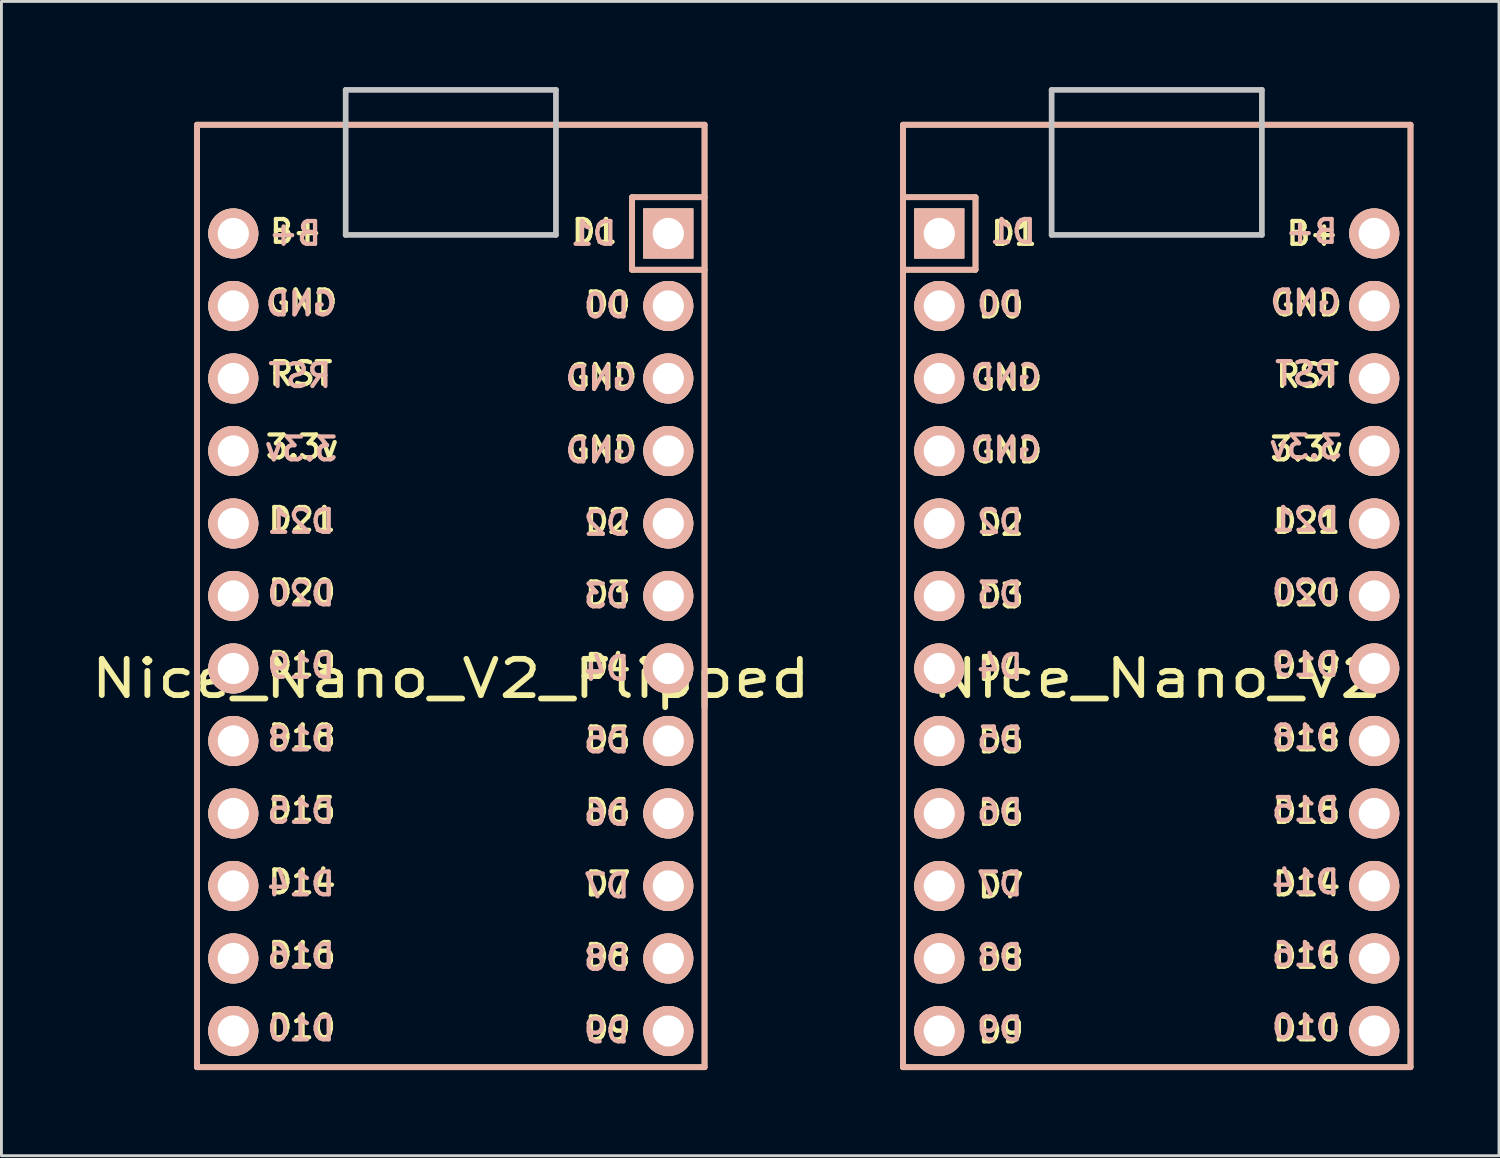
<source format=kicad_pcb>
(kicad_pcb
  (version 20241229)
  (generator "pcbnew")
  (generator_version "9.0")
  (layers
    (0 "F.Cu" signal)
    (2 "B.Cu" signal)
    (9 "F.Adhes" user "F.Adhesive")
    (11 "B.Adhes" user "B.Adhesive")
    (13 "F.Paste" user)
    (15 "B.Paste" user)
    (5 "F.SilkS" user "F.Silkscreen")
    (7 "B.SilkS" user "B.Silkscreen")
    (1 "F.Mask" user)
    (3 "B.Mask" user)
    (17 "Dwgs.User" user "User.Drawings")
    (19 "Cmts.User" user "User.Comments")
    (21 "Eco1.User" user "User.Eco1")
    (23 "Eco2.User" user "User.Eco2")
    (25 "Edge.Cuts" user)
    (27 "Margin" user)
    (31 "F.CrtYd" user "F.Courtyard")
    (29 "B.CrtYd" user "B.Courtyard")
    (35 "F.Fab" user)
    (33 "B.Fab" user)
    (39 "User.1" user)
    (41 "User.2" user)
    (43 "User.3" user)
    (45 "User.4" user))
  (footprint "Nice_Nano_V2_Flipped"
    (layer "F.Cu")
    (at 12.744 19.1)
    (property "Reference" "Nice_Nano_V2_Flipped" (at 0 1.625 0) (layer "F.SilkS") (effects (font (size 1.27 1.524) (thickness 0.203))))
    (attr through_hole)
    (fp_line (start -8.89 -17.78) (end 8.89 -17.78) (stroke (width 0.2) (type solid)) (layer "F.SilkS"))
    (fp_line (start -8.89 15.24) (end -8.89 -17.78) (stroke (width 0.2) (type solid)) (layer "F.SilkS"))
    (fp_line (start 6.35 -15.24) (end 6.35 -12.7) (stroke (width 0.2) (type solid)) (layer "F.SilkS"))
    (fp_line (start 6.35 -15.24) (end 8.89 -15.24) (stroke (width 0.2) (type solid)) (layer "F.SilkS"))
    (fp_line (start 6.35 -12.7) (end 8.89 -12.7) (stroke (width 0.2) (type solid)) (layer "F.SilkS"))
    (fp_line (start 8.89 -17.78) (end 8.89 15.24) (stroke (width 0.2) (type solid)) (layer "F.SilkS"))
    (fp_line (start 8.89 15.24) (end -8.89 15.24) (stroke (width 0.2) (type solid)) (layer "F.SilkS"))
    (fp_line (start -8.89 -17.78) (end 8.89 -17.78) (stroke (width 0.2) (type solid)) (layer "B.SilkS"))
    (fp_line (start -8.89 15.24) (end -8.89 -17.78) (stroke (width 0.2) (type solid)) (layer "B.SilkS"))
    (fp_line (start 6.35 -15.24) (end 6.35 -12.7) (stroke (width 0.2) (type solid)) (layer "B.SilkS"))
    (fp_line (start 6.35 -15.24) (end 8.89 -15.24) (stroke (width 0.2) (type solid)) (layer "B.SilkS"))
    (fp_line (start 6.35 -12.7) (end 8.89 -12.7) (stroke (width 0.2) (type solid)) (layer "B.SilkS"))
    (fp_line (start 8.89 -17.78) (end 8.89 15.24) (stroke (width 0.2) (type solid)) (layer "B.SilkS"))
    (fp_line (start 8.89 15.24) (end -8.89 15.24) (stroke (width 0.2) (type solid)) (layer "B.SilkS"))
    (fp_line (start -3.683 -19) (end 3.683 -19) (stroke (width 0.2) (type solid)) (layer "Dwgs.User"))
    (fp_line (start -3.683 -13.92) (end -3.683 -19) (stroke (width 0.2) (type solid)) (layer "Dwgs.User"))
    (fp_line (start 3.683 -19) (end 3.683 -13.92) (stroke (width 0.2) (type solid)) (layer "Dwgs.User"))
    (fp_line (start 3.683 -13.92) (end -3.683 -13.92) (stroke (width 0.2) (type solid)) (layer "Dwgs.User"))
    (fp_text user "D16" (at -5.211 11.29 0) (layer "F.SilkS") (effects (font (size 0.8 0.8) (thickness 0.15))))
    (fp_text user "D2" (at 5.5 -3.88 0) (layer "F.SilkS") (effects (font (size 0.8 0.8) (thickness 0.15))))
    (fp_text user "D18" (at -5.211 3.67 0) (layer "F.SilkS") (effects (font (size 0.8 0.8) (thickness 0.15))))
    (fp_text user "GND" (at 5.289 -6.42 0) (layer "F.SilkS") (effects (font (size 0.8 0.8) (thickness 0.15))))
    (fp_text user "B+" (at -5.422 -14.04 0) (layer "F.SilkS") (effects (font (size 0.8 0.8) (thickness 0.15))))
    (fp_text user "D21" (at -5.211 -3.95 0) (layer "F.SilkS") (effects (font (size 0.8 0.8) (thickness 0.15))))
    (fp_text user "D9" (at 5.5 13.9 0) (layer "F.SilkS") (effects (font (size 0.8 0.8) (thickness 0.15))))
    (fp_text user "D4" (at 5.5 1.2 0) (layer "F.SilkS") (effects (font (size 0.8 0.8) (thickness 0.15))))
    (fp_text user "D15" (at -5.211 6.21 0) (layer "F.SilkS") (effects (font (size 0.8 0.8) (thickness 0.15))))
    (fp_text user "D10" (at -5.211 13.83 0) (layer "F.SilkS") (effects (font (size 0.8 0.8) (thickness 0.15))))
    (fp_text user "D14" (at -5.211 8.75 0) (layer "F.SilkS") (effects (font (size 0.8 0.8) (thickness 0.15))))
    (fp_text user "D8" (at 5.5 11.36 0) (layer "F.SilkS") (effects (font (size 0.8 0.8) (thickness 0.15))))
    (fp_text user "D20" (at -5.211 -1.41 0) (layer "F.SilkS") (effects (font (size 0.8 0.8) (thickness 0.15))))
    (fp_text user "RST" (at -5.25 -9.06 0) (layer "F.SilkS") (effects (font (size 0.8 0.8) (thickness 0.15))))
    (fp_text user "D19" (at -5.211 1.13 0) (layer "F.SilkS") (effects (font (size 0.8 0.8) (thickness 0.15))))
    (fp_text user "D5" (at 5.5 3.74 0) (layer "F.SilkS") (effects (font (size 0.8 0.8) (thickness 0.15))))
    (fp_text user "D7" (at 5.5 8.82 0) (layer "F.SilkS") (effects (font (size 0.8 0.8) (thickness 0.15))))
    (fp_text user "3.3v" (at -5.211 -6.49 0) (layer "F.SilkS") (effects (font (size 0.8 0.8) (thickness 0.15))))
    (fp_text user "D1" (at 5.039 -14.04 0) (layer "F.SilkS") (effects (font (size 0.8 0.8) (thickness 0.15))))
    (fp_text user "D3" (at 5.5 -1.34 0) (layer "F.SilkS") (effects (font (size 0.8 0.8) (thickness 0.15))))
    (fp_text user "D0" (at 5.5 -11.5 0) (layer "F.SilkS") (effects (font (size 0.8 0.8) (thickness 0.15))))
    (fp_text user "GND" (at 5.289 -8.96 0) (layer "F.SilkS") (effects (font (size 0.8 0.8) (thickness 0.15))))
    (fp_text user "GND" (at -5.211 -11.57 0) (layer "F.SilkS") (effects (font (size 0.8 0.8) (thickness 0.15))))
    (fp_text user "D6" (at 5.5 6.28 0) (layer "F.SilkS") (effects (font (size 0.8 0.8) (thickness 0.15))))
    (fp_text user "RST" (at -5.289 -8.99 0) (layer "B.SilkS") (effects (font (size 0.8 0.8) (thickness 0.15)) (justify mirror)))
    (fp_text user "D9" (at 5.461 13.97 0) (layer "B.SilkS") (effects (font (size 0.8 0.8) (thickness 0.15)) (justify mirror)))
    (fp_text user "D7" (at 5.461 8.89 0) (layer "B.SilkS") (effects (font (size 0.8 0.8) (thickness 0.15)) (justify mirror)))
    (fp_text user "D5" (at 5.461 3.81 0) (layer "B.SilkS") (effects (font (size 0.8 0.8) (thickness 0.15)) (justify mirror)))
    (fp_text user "D14" (at -5.25 8.82 0) (layer "B.SilkS") (effects (font (size 0.8 0.8) (thickness 0.15)) (justify mirror)))
    (fp_text user "3.3v" (at -5.25 -6.42 0) (layer "B.SilkS") (effects (font (size 0.8 0.8) (thickness 0.15)) (justify mirror)))
    (fp_text user "D8" (at 5.461 11.43 0) (layer "B.SilkS") (effects (font (size 0.8 0.8) (thickness 0.15)) (justify mirror)))
    (fp_text user "GND" (at 5.25 -6.35 0) (layer "B.SilkS") (effects (font (size 0.8 0.8) (thickness 0.15)) (justify mirror)))
    (fp_text user "D4" (at 5.461 1.27 0) (layer "B.SilkS") (effects (font (size 0.8 0.8) (thickness 0.15)) (justify mirror)))
    (fp_text user "D20" (at -5.25 -1.34 0) (layer "B.SilkS") (effects (font (size 0.8 0.8) (thickness 0.15)) (justify mirror)))
    (fp_text user "B+" (at -5.461 -13.97 0) (layer "B.SilkS") (effects (font (size 0.8 0.8) (thickness 0.15)) (justify mirror)))
    (fp_text user "GND" (at 5.25 -8.89 0) (layer "B.SilkS") (effects (font (size 0.8 0.8) (thickness 0.15)) (justify mirror)))
    (fp_text user "D2" (at 5.461 -3.81 0) (layer "B.SilkS") (effects (font (size 0.8 0.8) (thickness 0.15)) (justify mirror)))
    (fp_text user "D18" (at -5.25 3.74 0) (layer "B.SilkS") (effects (font (size 0.8 0.8) (thickness 0.15)) (justify mirror)))
    (fp_text user "GND" (at -5.25 -11.5 0) (layer "B.SilkS") (effects (font (size 0.8 0.8) (thickness 0.15)) (justify mirror)))
    (fp_text user "D19" (at -5.25 1.2 0) (layer "B.SilkS") (effects (font (size 0.8 0.8) (thickness 0.15)) (justify mirror)))
    (fp_text user "D3" (at 5.461 -1.27 0) (layer "B.SilkS") (effects (font (size 0.8 0.8) (thickness 0.15)) (justify mirror)))
    (fp_text user "D0" (at 5.461 -11.43 0) (layer "B.SilkS") (effects (font (size 0.8 0.8) (thickness 0.15)) (justify mirror)))
    (fp_text user "D1" (at 5 -13.97 0) (layer "B.SilkS") (effects (font (size 0.8 0.8) (thickness 0.15)) (justify mirror)))
    (fp_text user "D15" (at -5.25 6.28 0) (layer "B.SilkS") (effects (font (size 0.8 0.8) (thickness 0.15)) (justify mirror)))
    (fp_text user "D16" (at -5.25 11.36 0) (layer "B.SilkS") (effects (font (size 0.8 0.8) (thickness 0.15)) (justify mirror)))
    (fp_text user "D21" (at -5.25 -3.88 0) (layer "B.SilkS") (effects (font (size 0.8 0.8) (thickness 0.15)) (justify mirror)))
    (fp_text user "D6" (at 5.461 6.35 0) (layer "B.SilkS") (effects (font (size 0.8 0.8) (thickness 0.15)) (justify mirror)))
    (fp_text user "D10" (at -5.25 13.9 0) (layer "B.SilkS") (effects (font (size 0.8 0.8) (thickness 0.15)) (justify mirror)))
    (pad "1" thru_hole rect (at 7.62 -13.97 90) (size 1.753 1.753) (drill 1.092) (layers "*.Cu" "*.SilkS" "*.Mask"))
    (pad "2" thru_hole circle (at 7.62 -11.43 90) (size 1.753 1.753) (drill 1.092) (layers "*.Cu" "*.SilkS" "*.Mask"))
    (pad "3" thru_hole circle (at 7.62 -8.89 90) (size 1.753 1.753) (drill 1.092) (layers "*.Cu" "*.SilkS" "*.Mask"))
    (pad "4" thru_hole circle (at 7.62 -6.35 90) (size 1.753 1.753) (drill 1.092) (layers "*.Cu" "*.SilkS" "*.Mask"))
    (pad "5" thru_hole circle (at 7.62 -3.81 90) (size 1.753 1.753) (drill 1.092) (layers "*.Cu" "*.SilkS" "*.Mask"))
    (pad "6" thru_hole circle (at 7.62 -1.27 90) (size 1.753 1.753) (drill 1.092) (layers "*.Cu" "*.SilkS" "*.Mask"))
    (pad "7" thru_hole circle (at 7.62 1.27 90) (size 1.753 1.753) (drill 1.092) (layers "*.Cu" "*.SilkS" "*.Mask"))
    (pad "8" thru_hole circle (at 7.62 3.81 90) (size 1.753 1.753) (drill 1.092) (layers "*.Cu" "*.SilkS" "*.Mask"))
    (pad "9" thru_hole circle (at 7.62 6.35 90) (size 1.753 1.753) (drill 1.092) (layers "*.Cu" "*.SilkS" "*.Mask"))
    (pad "10" thru_hole circle (at 7.62 8.89 90) (size 1.753 1.753) (drill 1.092) (layers "*.Cu" "*.SilkS" "*.Mask"))
    (pad "11" thru_hole circle (at 7.62 11.43 90) (size 1.753 1.753) (drill 1.092) (layers "*.Cu" "*.SilkS" "*.Mask"))
    (pad "12" thru_hole circle (at 7.62 13.97 90) (size 1.753 1.753) (drill 1.092) (layers "*.Cu" "*.SilkS" "*.Mask"))
    (pad "13" thru_hole circle (at -7.62 13.97 90) (size 1.753 1.753) (drill 1.092) (layers "*.Cu" "*.SilkS" "*.Mask"))
    (pad "14" thru_hole circle (at -7.62 11.43 90) (size 1.753 1.753) (drill 1.092) (layers "*.Cu" "*.SilkS" "*.Mask"))
    (pad "15" thru_hole circle (at -7.62 8.89 90) (size 1.753 1.753) (drill 1.092) (layers "*.Cu" "*.SilkS" "*.Mask"))
    (pad "16" thru_hole circle (at -7.62 6.35 90) (size 1.753 1.753) (drill 1.092) (layers "*.Cu" "*.SilkS" "*.Mask"))
    (pad "17" thru_hole circle (at -7.62 3.81 90) (size 1.753 1.753) (drill 1.092) (layers "*.Cu" "*.SilkS" "*.Mask"))
    (pad "18" thru_hole circle (at -7.62 1.27 90) (size 1.753 1.753) (drill 1.092) (layers "*.Cu" "*.SilkS" "*.Mask"))
    (pad "19" thru_hole circle (at -7.62 -1.27 90) (size 1.753 1.753) (drill 1.092) (layers "*.Cu" "*.SilkS" "*.Mask"))
    (pad "20" thru_hole circle (at -7.62 -3.81 90) (size 1.753 1.753) (drill 1.092) (layers "*.Cu" "*.SilkS" "*.Mask"))
    (pad "21" thru_hole circle (at -7.62 -6.35 90) (size 1.753 1.753) (drill 1.092) (layers "*.Cu" "*.SilkS" "*.Mask"))
    (pad "22" thru_hole circle (at -7.62 -8.89 90) (size 1.753 1.753) (drill 1.092) (layers "*.Cu" "*.SilkS" "*.Mask"))
    (pad "23" thru_hole circle (at -7.62 -11.43 90) (size 1.753 1.753) (drill 1.092) (layers "*.Cu" "*.SilkS" "*.Mask"))
    (pad "24" thru_hole circle (at -7.62 -13.97 90) (size 1.753 1.753) (drill 1.092) (layers "*.Cu" "*.SilkS" "*.Mask")))
  (footprint "Nice_Nano_V2"
    (layer "F.Cu")
    (at 37.477 19.1)
    (property "Reference" "Nice_Nano_V2" (at 0 1.625 0) (layer "F.SilkS") (effects (font (size 1.27 1.524) (thickness 0.203))))
    (attr through_hole)
    (fp_line (start -8.89 -17.78) (end -8.89 15.24) (stroke (width 0.2) (type solid)) (layer "F.SilkS"))
    (fp_line (start -8.89 15.24) (end 8.89 15.24) (stroke (width 0.2) (type solid)) (layer "F.SilkS"))
    (fp_line (start -6.35 -15.24) (end -8.89 -15.24) (stroke (width 0.2) (type solid)) (layer "F.SilkS"))
    (fp_line (start -6.35 -15.24) (end -6.35 -12.7) (stroke (width 0.2) (type solid)) (layer "F.SilkS"))
    (fp_line (start -6.35 -12.7) (end -8.89 -12.7) (stroke (width 0.2) (type solid)) (layer "F.SilkS"))
    (fp_line (start 8.89 -17.78) (end -8.89 -17.78) (stroke (width 0.2) (type solid)) (layer "F.SilkS"))
    (fp_line (start 8.89 15.24) (end 8.89 -17.78) (stroke (width 0.2) (type solid)) (layer "F.SilkS"))
    (fp_line (start -8.89 -17.78) (end -8.89 15.24) (stroke (width 0.2) (type solid)) (layer "B.SilkS"))
    (fp_line (start -8.89 15.24) (end 8.89 15.24) (stroke (width 0.2) (type solid)) (layer "B.SilkS"))
    (fp_line (start -6.35 -15.24) (end -8.89 -15.24) (stroke (width 0.2) (type solid)) (layer "B.SilkS"))
    (fp_line (start -6.35 -15.24) (end -6.35 -12.7) (stroke (width 0.2) (type solid)) (layer "B.SilkS"))
    (fp_line (start -6.35 -12.7) (end -8.89 -12.7) (stroke (width 0.2) (type solid)) (layer "B.SilkS"))
    (fp_line (start 8.89 -17.78) (end -8.89 -17.78) (stroke (width 0.2) (type solid)) (layer "B.SilkS"))
    (fp_line (start 8.89 15.24) (end 8.89 -17.78) (stroke (width 0.2) (type solid)) (layer "B.SilkS"))
    (fp_line (start -3.683 -19) (end 3.683 -19) (stroke (width 0.2) (type solid)) (layer "Dwgs.User"))
    (fp_line (start -3.683 -13.92) (end -3.683 -19) (stroke (width 0.2) (type solid)) (layer "Dwgs.User"))
    (fp_line (start 3.683 -19) (end 3.683 -13.92) (stroke (width 0.2) (type solid)) (layer "Dwgs.User"))
    (fp_line (start 3.683 -13.92) (end -3.683 -13.92) (stroke (width 0.2) (type solid)) (layer "Dwgs.User"))
    (fp_text user "D6" (at -5.461 6.35 0) (layer "F.SilkS") (effects (font (size 0.8 0.8) (thickness 0.15))))
    (fp_text user "D3" (at -5.461 -1.27 0) (layer "F.SilkS") (effects (font (size 0.8 0.8) (thickness 0.15))))
    (fp_text user "D20" (at 5.25 -1.34 0) (layer "F.SilkS") (effects (font (size 0.8 0.8) (thickness 0.15))))
    (fp_text user "D5" (at -5.461 3.81 0) (layer "F.SilkS") (effects (font (size 0.8 0.8) (thickness 0.15))))
    (fp_text user "D15" (at 5.25 6.28 0) (layer "F.SilkS") (effects (font (size 0.8 0.8) (thickness 0.15))))
    (fp_text user "RST" (at 5.289 -8.99 0) (layer "F.SilkS") (effects (font (size 0.8 0.8) (thickness 0.15))))
    (fp_text user "D19" (at 5.25 1.2 0) (layer "F.SilkS") (effects (font (size 0.8 0.8) (thickness 0.15))))
    (fp_text user "D1" (at -5 -13.97 0) (layer "F.SilkS") (effects (font (size 0.8 0.8) (thickness 0.15))))
    (fp_text user "D18" (at 5.25 3.74 0) (layer "F.SilkS") (effects (font (size 0.8 0.8) (thickness 0.15))))
    (fp_text user "3.3v" (at 5.25 -6.42 0) (layer "F.SilkS") (effects (font (size 0.8 0.8) (thickness 0.15))))
    (fp_text user "D21" (at 5.25 -3.88 0) (layer "F.SilkS") (effects (font (size 0.8 0.8) (thickness 0.15))))
    (fp_text user "D16" (at 5.25 11.36 0) (layer "F.SilkS") (effects (font (size 0.8 0.8) (thickness 0.15))))
    (fp_text user "B+" (at 5.461 -13.97 0) (layer "F.SilkS") (effects (font (size 0.8 0.8) (thickness 0.15))))
    (fp_text user "D7" (at -5.461 8.89 0) (layer "F.SilkS") (effects (font (size 0.8 0.8) (thickness 0.15))))
    (fp_text user "D9" (at -5.461 13.97 0) (layer "F.SilkS") (effects (font (size 0.8 0.8) (thickness 0.15))))
    (fp_text user "GND" (at 5.25 -11.5 0) (layer "F.SilkS") (effects (font (size 0.8 0.8) (thickness 0.15))))
    (fp_text user "GND" (at -5.25 -8.89 0) (layer "F.SilkS") (effects (font (size 0.8 0.8) (thickness 0.15))))
    (fp_text user "D4" (at -5.461 1.27 0) (layer "F.SilkS") (effects (font (size 0.8 0.8) (thickness 0.15))))
    (fp_text user "GND" (at -5.25 -6.35 0) (layer "F.SilkS") (effects (font (size 0.8 0.8) (thickness 0.15))))
    (fp_text user "D8" (at -5.461 11.43 0) (layer "F.SilkS") (effects (font (size 0.8 0.8) (thickness 0.15))))
    (fp_text user "D10" (at 5.25 13.9 0) (layer "F.SilkS") (effects (font (size 0.8 0.8) (thickness 0.15))))
    (fp_text user "D14" (at 5.25 8.82 0) (layer "F.SilkS") (effects (font (size 0.8 0.8) (thickness 0.15))))
    (fp_text user "D0" (at -5.461 -11.43 0) (layer "F.SilkS") (effects (font (size 0.8 0.8) (thickness 0.15))))
    (fp_text user "D2" (at -5.461 -3.81 0) (layer "F.SilkS") (effects (font (size 0.8 0.8) (thickness 0.15))))
    (fp_text user "D16" (at 5.211 11.29 0) (layer "B.SilkS") (effects (font (size 0.8 0.8) (thickness 0.15)) (justify mirror)))
    (fp_text user "GND" (at 5.211 -11.57 0) (layer "B.SilkS") (effects (font (size 0.8 0.8) (thickness 0.15)) (justify mirror)))
    (fp_text user "D7" (at -5.5 8.82 0) (layer "B.SilkS") (effects (font (size 0.8 0.8) (thickness 0.15)) (justify mirror)))
    (fp_text user "GND" (at -5.289 -8.96 0) (layer "B.SilkS") (effects (font (size 0.8 0.8) (thickness 0.15)) (justify mirror)))
    (fp_text user "B+" (at 5.422 -14.04 0) (layer "B.SilkS") (effects (font (size 0.8 0.8) (thickness 0.15)) (justify mirror)))
    (fp_text user "D8" (at -5.5 11.36 0) (layer "B.SilkS") (effects (font (size 0.8 0.8) (thickness 0.15)) (justify mirror)))
    (fp_text user "D2" (at -5.5 -3.88 0) (layer "B.SilkS") (effects (font (size 0.8 0.8) (thickness 0.15)) (justify mirror)))
    (fp_text user "GND" (at -5.289 -6.42 0) (layer "B.SilkS") (effects (font (size 0.8 0.8) (thickness 0.15)) (justify mirror)))
    (fp_text user "D19" (at 5.211 1.13 0) (layer "B.SilkS") (effects (font (size 0.8 0.8) (thickness 0.15)) (justify mirror)))
    (fp_text user "3.3v" (at 5.211 -6.49 0) (layer "B.SilkS") (effects (font (size 0.8 0.8) (thickness 0.15)) (justify mirror)))
    (fp_text user "RST" (at 5.25 -9.06 0) (layer "B.SilkS") (effects (font (size 0.8 0.8) (thickness 0.15)) (justify mirror)))
    (fp_text user "D4" (at -5.5 1.2 0) (layer "B.SilkS") (effects (font (size 0.8 0.8) (thickness 0.15)) (justify mirror)))
    (fp_text user "D21" (at 5.211 -3.95 0) (layer "B.SilkS") (effects (font (size 0.8 0.8) (thickness 0.15)) (justify mirror)))
    (fp_text user "D10" (at 5.211 13.83 0) (layer "B.SilkS") (effects (font (size 0.8 0.8) (thickness 0.15)) (justify mirror)))
    (fp_text user "D20" (at 5.211 -1.41 0) (layer "B.SilkS") (effects (font (size 0.8 0.8) (thickness 0.15)) (justify mirror)))
    (fp_text user "D15" (at 5.211 6.21 0) (layer "B.SilkS") (effects (font (size 0.8 0.8) (thickness 0.15)) (justify mirror)))
    (fp_text user "D1" (at -5.039 -14.04 0) (layer "B.SilkS") (effects (font (size 0.8 0.8) (thickness 0.15)) (justify mirror)))
    (fp_text user "D0" (at -5.5 -11.5 0) (layer "B.SilkS") (effects (font (size 0.8 0.8) (thickness 0.15)) (justify mirror)))
    (fp_text user "D6" (at -5.5 6.28 0) (layer "B.SilkS") (effects (font (size 0.8 0.8) (thickness 0.15)) (justify mirror)))
    (fp_text user "D3" (at -5.5 -1.34 0) (layer "B.SilkS") (effects (font (size 0.8 0.8) (thickness 0.15)) (justify mirror)))
    (fp_text user "D5" (at -5.5 3.74 0) (layer "B.SilkS") (effects (font (size 0.8 0.8) (thickness 0.15)) (justify mirror)))
    (fp_text user "D18" (at 5.211 3.67 0) (layer "B.SilkS") (effects (font (size 0.8 0.8) (thickness 0.15)) (justify mirror)))
    (fp_text user "D14" (at 5.211 8.75 0) (layer "B.SilkS") (effects (font (size 0.8 0.8) (thickness 0.15)) (justify mirror)))
    (fp_text user "D9" (at -5.5 13.9 0) (layer "B.SilkS") (effects (font (size 0.8 0.8) (thickness 0.15)) (justify mirror)))
    (pad "1" thru_hole rect (at -7.62 -13.97 270) (size 1.753 1.753) (drill 1.092) (layers "*.Cu" "*.SilkS" "*.Mask"))
    (pad "2" thru_hole circle (at -7.62 -11.43 270) (size 1.753 1.753) (drill 1.092) (layers "*.Cu" "*.SilkS" "*.Mask"))
    (pad "3" thru_hole circle (at -7.62 -8.89 270) (size 1.753 1.753) (drill 1.092) (layers "*.Cu" "*.SilkS" "*.Mask"))
    (pad "4" thru_hole circle (at -7.62 -6.35 270) (size 1.753 1.753) (drill 1.092) (layers "*.Cu" "*.SilkS" "*.Mask"))
    (pad "5" thru_hole circle (at -7.62 -3.81 270) (size 1.753 1.753) (drill 1.092) (layers "*.Cu" "*.SilkS" "*.Mask"))
    (pad "6" thru_hole circle (at -7.62 -1.27 270) (size 1.753 1.753) (drill 1.092) (layers "*.Cu" "*.SilkS" "*.Mask"))
    (pad "7" thru_hole circle (at -7.62 1.27 270) (size 1.753 1.753) (drill 1.092) (layers "*.Cu" "*.SilkS" "*.Mask"))
    (pad "8" thru_hole circle (at -7.62 3.81 270) (size 1.753 1.753) (drill 1.092) (layers "*.Cu" "*.SilkS" "*.Mask"))
    (pad "9" thru_hole circle (at -7.62 6.35 270) (size 1.753 1.753) (drill 1.092) (layers "*.Cu" "*.SilkS" "*.Mask"))
    (pad "10" thru_hole circle (at -7.62 8.89 270) (size 1.753 1.753) (drill 1.092) (layers "*.Cu" "*.SilkS" "*.Mask"))
    (pad "11" thru_hole circle (at -7.62 11.43 270) (size 1.753 1.753) (drill 1.092) (layers "*.Cu" "*.SilkS" "*.Mask"))
    (pad "12" thru_hole circle (at -7.62 13.97 270) (size 1.753 1.753) (drill 1.092) (layers "*.Cu" "*.SilkS" "*.Mask"))
    (pad "13" thru_hole circle (at 7.62 13.97 270) (size 1.753 1.753) (drill 1.092) (layers "*.Cu" "*.SilkS" "*.Mask"))
    (pad "14" thru_hole circle (at 7.62 11.43 270) (size 1.753 1.753) (drill 1.092) (layers "*.Cu" "*.SilkS" "*.Mask"))
    (pad "15" thru_hole circle (at 7.62 8.89 270) (size 1.753 1.753) (drill 1.092) (layers "*.Cu" "*.SilkS" "*.Mask"))
    (pad "16" thru_hole circle (at 7.62 6.35 270) (size 1.753 1.753) (drill 1.092) (layers "*.Cu" "*.SilkS" "*.Mask"))
    (pad "17" thru_hole circle (at 7.62 3.81 270) (size 1.753 1.753) (drill 1.092) (layers "*.Cu" "*.SilkS" "*.Mask"))
    (pad "18" thru_hole circle (at 7.62 1.27 270) (size 1.753 1.753) (drill 1.092) (layers "*.Cu" "*.SilkS" "*.Mask"))
    (pad "19" thru_hole circle (at 7.62 -1.27 270) (size 1.753 1.753) (drill 1.092) (layers "*.Cu" "*.SilkS" "*.Mask"))
    (pad "20" thru_hole circle (at 7.62 -3.81 270) (size 1.753 1.753) (drill 1.092) (layers "*.Cu" "*.SilkS" "*.Mask"))
    (pad "21" thru_hole circle (at 7.62 -6.35 270) (size 1.753 1.753) (drill 1.092) (layers "*.Cu" "*.SilkS" "*.Mask"))
    (pad "22" thru_hole circle (at 7.62 -8.89 270) (size 1.753 1.753) (drill 1.092) (layers "*.Cu" "*.SilkS" "*.Mask"))
    (pad "23" thru_hole circle (at 7.62 -11.43 270) (size 1.753 1.753) (drill 1.092) (layers "*.Cu" "*.SilkS" "*.Mask"))
    (pad "24" thru_hole circle (at 7.62 -13.97 270) (size 1.753 1.753) (drill 1.092) (layers "*.Cu" "*.SilkS" "*.Mask")))
  (gr_rect
    (start -3 -3)
    (end 49.467 37.44)
    (stroke (width 0.1) (type default))
    (fill no)
    (layer "Edge.Cuts")))
</source>
